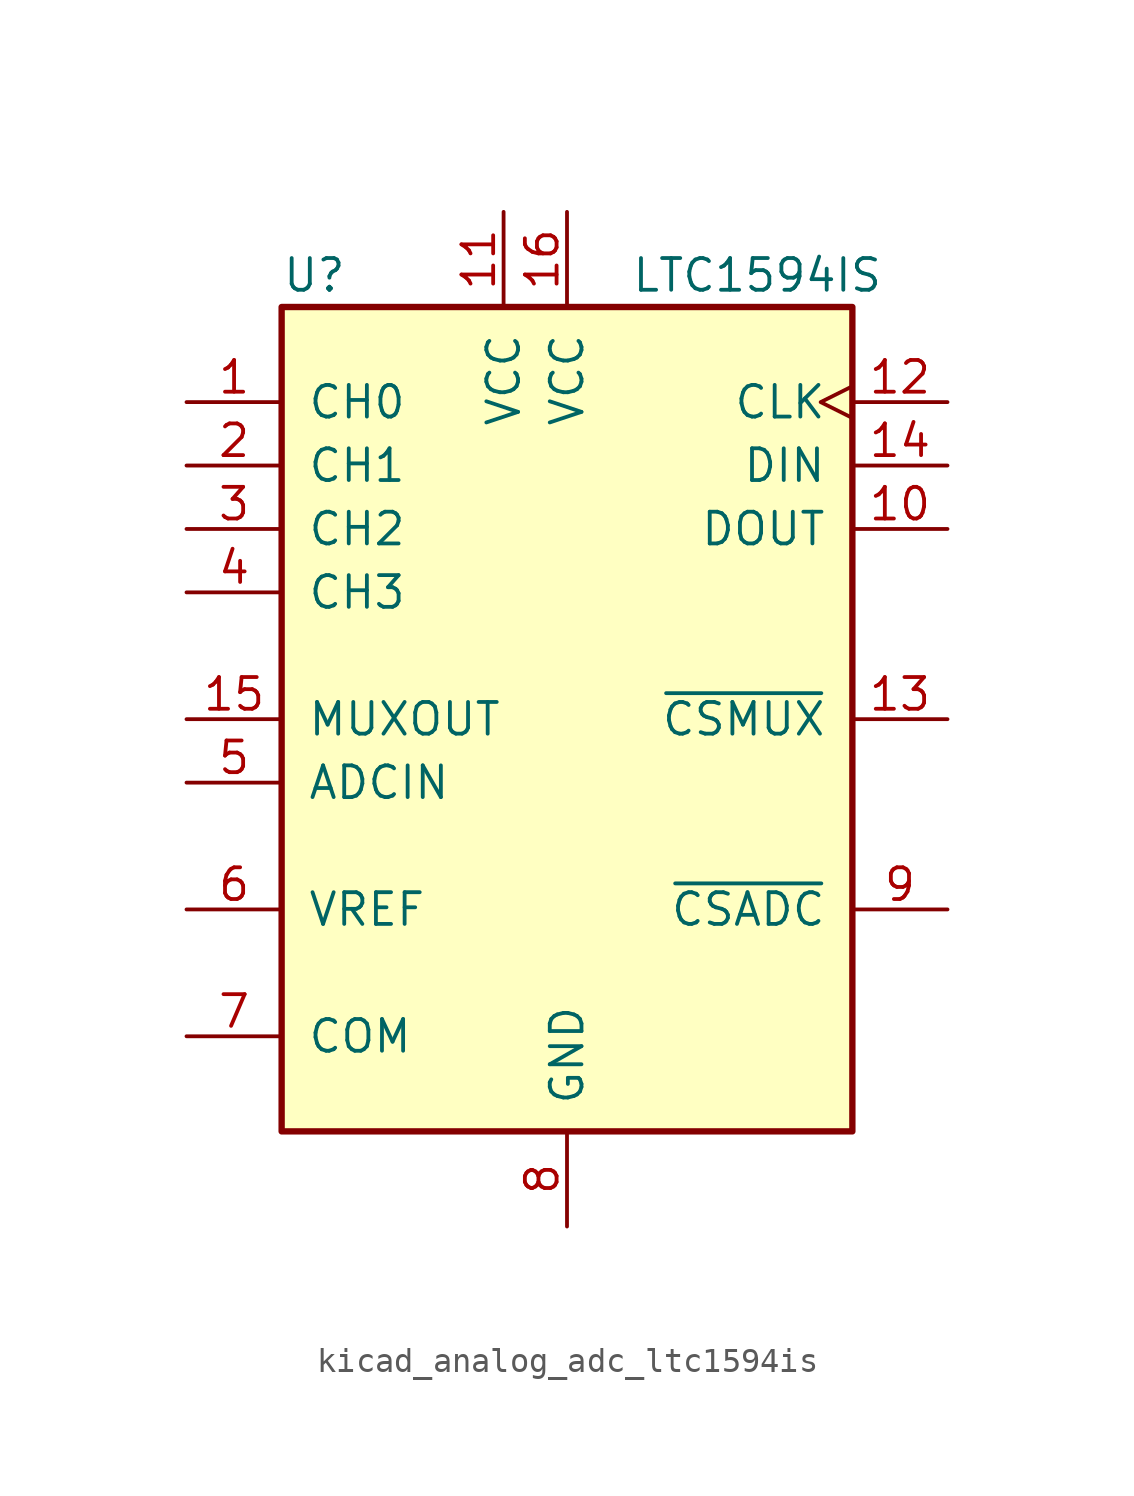
<source format=kicad_sym>
(kicad_symbol_lib
  (version 20220914)
  (generator kicad_symbol_editor)
  (symbol "kicad_analog_adc_ltc1594is"
    (pin_names
      (offset 1.016))
    (property "Reference" "U"
      (at -11.43 17.78 0)
      (effects (font (size 1.27 1.27)) (justify left)))
    (property "Value" "LTC1594IS"
      (at 7.62 17.78 0)
      (effects (font (size 1.27 1.27))))
    (symbol "kicad_analog_adc_ltc1594is_0_1"
      (rectangle (start -11.43 16.51) (end 11.43 -16.51) (stroke (width 0.254) (type default)) (fill (type background))))
    (symbol "kicad_analog_adc_ltc1594is_1_1"
      (pin input line (at -15.24 12.7 0) (length 3.81) (name "CH0" (effects (font (size 1.27 1.27)))) (number "1" (effects (font (size 1.27 1.27)))))
      (pin output line (at 15.24 7.62 180) (length 3.81) (name "DOUT" (effects (font (size 1.27 1.27)))) (number "10" (effects (font (size 1.27 1.27)))))
      (pin power_in line (at -2.54 20.32 270) (length 3.81) (name "VCC" (effects (font (size 1.27 1.27)))) (number "11" (effects (font (size 1.27 1.27)))))
      (pin input clock (at 15.24 12.7 180) (length 3.81) (name "CLK" (effects (font (size 1.27 1.27)))) (number "12" (effects (font (size 1.27 1.27)))))
      (pin input line (at 15.24 0 180) (length 3.81) (name "~{CSMUX}" (effects (font (size 1.27 1.27)))) (number "13" (effects (font (size 1.27 1.27)))))
      (pin input line (at 15.24 10.16 180) (length 3.81) (name "DIN" (effects (font (size 1.27 1.27)))) (number "14" (effects (font (size 1.27 1.27)))))
      (pin output line (at -15.24 0 0) (length 3.81) (name "MUXOUT" (effects (font (size 1.27 1.27)))) (number "15" (effects (font (size 1.27 1.27)))))
      (pin power_in line (at 0 20.32 270) (length 3.81) (name "VCC" (effects (font (size 1.27 1.27)))) (number "16" (effects (font (size 1.27 1.27)))))
      (pin input line (at -15.24 10.16 0) (length 3.81) (name "CH1" (effects (font (size 1.27 1.27)))) (number "2" (effects (font (size 1.27 1.27)))))
      (pin input line (at -15.24 7.62 0) (length 3.81) (name "CH2" (effects (font (size 1.27 1.27)))) (number "3" (effects (font (size 1.27 1.27)))))
      (pin input line (at -15.24 5.08 0) (length 3.81) (name "CH3" (effects (font (size 1.27 1.27)))) (number "4" (effects (font (size 1.27 1.27)))))
      (pin input line (at -15.24 -2.54 0) (length 3.81) (name "ADCIN" (effects (font (size 1.27 1.27)))) (number "5" (effects (font (size 1.27 1.27)))))
      (pin input line (at -15.24 -7.62 0) (length 3.81) (name "VREF" (effects (font (size 1.27 1.27)))) (number "6" (effects (font (size 1.27 1.27)))))
      (pin input line (at -15.24 -12.7 0) (length 3.81) (name "COM" (effects (font (size 1.27 1.27)))) (number "7" (effects (font (size 1.27 1.27)))))
      (pin power_in line (at 0 -20.32 90) (length 3.81) (name "GND" (effects (font (size 1.27 1.27)))) (number "8" (effects (font (size 1.27 1.27)))))
      (pin input line (at 15.24 -7.62 180) (length 3.81) (name "~{CSADC}" (effects (font (size 1.27 1.27)))) (number "9" (effects (font (size 1.27 1.27))))))))
</source>
